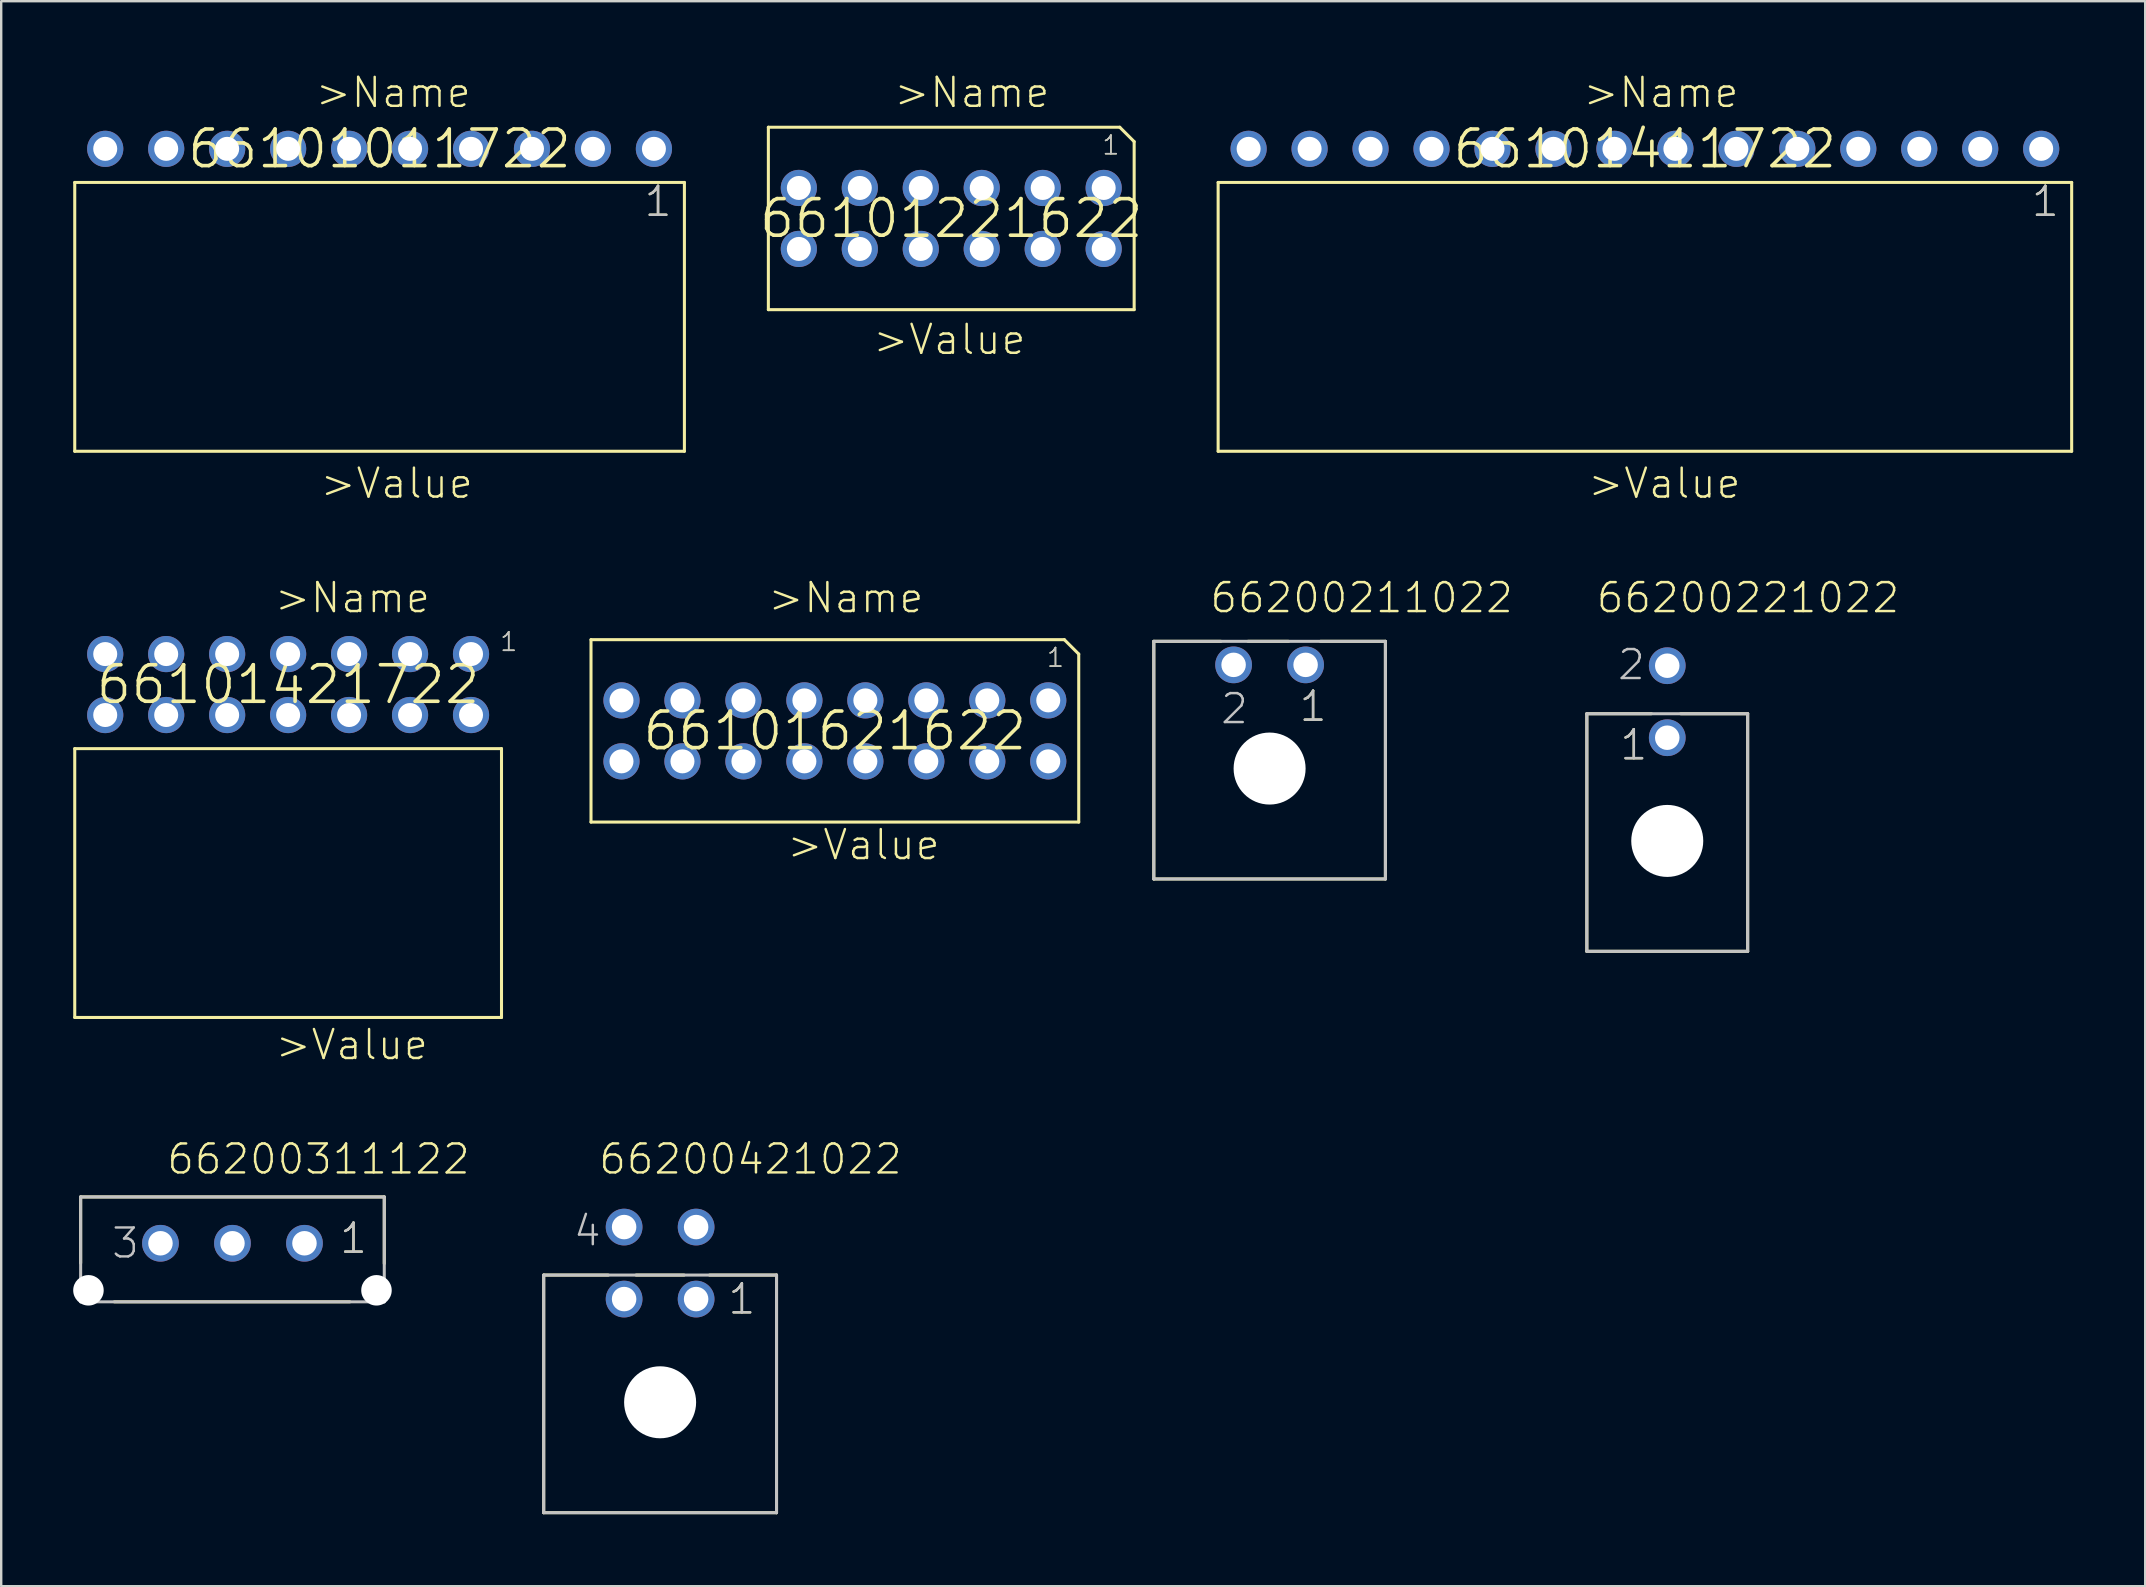
<source format=kicad_pcb>
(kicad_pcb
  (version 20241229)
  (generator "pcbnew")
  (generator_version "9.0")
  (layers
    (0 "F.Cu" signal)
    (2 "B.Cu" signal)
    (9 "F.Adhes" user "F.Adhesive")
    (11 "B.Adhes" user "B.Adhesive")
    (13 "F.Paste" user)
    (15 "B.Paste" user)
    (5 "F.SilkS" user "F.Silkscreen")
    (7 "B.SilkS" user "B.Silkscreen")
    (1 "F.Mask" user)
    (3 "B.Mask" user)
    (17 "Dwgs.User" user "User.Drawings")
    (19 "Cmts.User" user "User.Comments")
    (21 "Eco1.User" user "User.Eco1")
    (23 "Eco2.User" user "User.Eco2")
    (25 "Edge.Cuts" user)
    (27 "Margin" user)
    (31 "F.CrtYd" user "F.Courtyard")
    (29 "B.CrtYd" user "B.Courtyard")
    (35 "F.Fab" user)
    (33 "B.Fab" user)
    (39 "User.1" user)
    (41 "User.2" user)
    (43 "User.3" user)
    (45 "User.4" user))
  (footprint "66101011722"
    (layer "F.Cu")
    (at 12.764 3.151)
    (property "Reference" "66101011722" (at 0 0 0) (layer "F.SilkS") (effects (font (size 1.524 1.524) (thickness 0.15))))
    (attr through_hole)
    (fp_line (start -12.7 1.4) (end -12.7 12.6) (stroke (width 0.127) (type solid)) (layer "F.SilkS"))
    (fp_line (start -12.7 1.4) (end 12.7 1.4) (stroke (width 0.127) (type solid)) (layer "F.SilkS"))
    (fp_line (start -12.7 12.6) (end 12.7 12.6) (stroke (width 0.127) (type solid)) (layer "F.SilkS"))
    (fp_line (start 12.7 1.4) (end 12.7 12.6) (stroke (width 0.127) (type solid)) (layer "F.SilkS"))
    (fp_text user "1" (at 10.96 2.9 0) (layer "F.SilkS") (effects (font (size 1.206 1.206) (thickness 0.102)) (justify left bottom)))
    (fp_text user ">Value" (at -2.54 14.64 0) (layer "F.SilkS") (effects (font (size 1.206 1.206) (thickness 0.102)) (justify left bottom)))
    (fp_text user ">Name" (at -2.74 -1.64 0) (layer "F.SilkS") (effects (font (size 1.206 1.206) (thickness 0.102)) (justify left bottom)))
    (fp_text user "1" (at 10.96 2.9 0) (layer "Dwgs.User") (effects (font (size 1.206 1.206) (thickness 0.102)) (justify left bottom)))
    (pad "1" thru_hole circle (at 11.43 0 180) (size 1.508 1.508) (drill 1) (layers "*.Cu" "*.Mask"))
    (pad "2" thru_hole circle (at 8.89 0 180) (size 1.508 1.508) (drill 1) (layers "*.Cu" "*.Mask"))
    (pad "3" thru_hole circle (at 6.35 0 180) (size 1.508 1.508) (drill 1) (layers "*.Cu" "*.Mask"))
    (pad "4" thru_hole circle (at 3.81 0 180) (size 1.508 1.508) (drill 1) (layers "*.Cu" "*.Mask"))
    (pad "5" thru_hole circle (at 1.27 0 180) (size 1.508 1.508) (drill 1) (layers "*.Cu" "*.Mask"))
    (pad "6" thru_hole circle (at -1.27 0 180) (size 1.508 1.508) (drill 1) (layers "*.Cu" "*.Mask"))
    (pad "7" thru_hole circle (at -3.81 0 180) (size 1.508 1.508) (drill 1) (layers "*.Cu" "*.Mask"))
    (pad "8" thru_hole circle (at -6.35 0 180) (size 1.508 1.508) (drill 1) (layers "*.Cu" "*.Mask"))
    (pad "9" thru_hole circle (at -8.89 0 180) (size 1.508 1.508) (drill 1) (layers "*.Cu" "*.Mask"))
    (pad "10" thru_hole circle (at -11.43 0 180) (size 1.508 1.508) (drill 1) (layers "*.Cu" "*.Mask")))
  (footprint "66101411722"
    (layer "F.Cu")
    (at 65.481 3.151)
    (property "Reference" "66101411722" (at 0 0 0) (layer "F.SilkS") (effects (font (size 1.524 1.524) (thickness 0.15))))
    (attr through_hole)
    (fp_line (start -17.78 1.4) (end -17.78 12.6) (stroke (width 0.127) (type solid)) (layer "F.SilkS"))
    (fp_line (start -17.78 1.4) (end 17.78 1.4) (stroke (width 0.127) (type solid)) (layer "F.SilkS"))
    (fp_line (start -17.78 12.6) (end 17.78 12.6) (stroke (width 0.127) (type solid)) (layer "F.SilkS"))
    (fp_line (start 17.78 1.4) (end 17.78 12.6) (stroke (width 0.127) (type solid)) (layer "F.SilkS"))
    (fp_text user ">Value" (at -2.44 14.64 0) (layer "F.SilkS") (effects (font (size 1.206 1.206) (thickness 0.102)) (justify left bottom)))
    (fp_text user "1" (at 16.04 2.9 0) (layer "F.SilkS") (effects (font (size 1.206 1.206) (thickness 0.102)) (justify left bottom)))
    (fp_text user ">Name" (at -2.64 -1.64 0) (layer "F.SilkS") (effects (font (size 1.206 1.206) (thickness 0.102)) (justify left bottom)))
    (fp_text user "1" (at 16.04 2.9 0) (layer "Dwgs.User") (effects (font (size 1.206 1.206) (thickness 0.102)) (justify left bottom)))
    (pad "1" thru_hole circle (at 16.51 0 180) (size 1.508 1.508) (drill 1) (layers "*.Cu" "*.Mask"))
    (pad "2" thru_hole circle (at 13.97 0 180) (size 1.508 1.508) (drill 1) (layers "*.Cu" "*.Mask"))
    (pad "3" thru_hole circle (at 11.43 0 180) (size 1.508 1.508) (drill 1) (layers "*.Cu" "*.Mask"))
    (pad "4" thru_hole circle (at 8.89 0 180) (size 1.508 1.508) (drill 1) (layers "*.Cu" "*.Mask"))
    (pad "5" thru_hole circle (at 6.35 0 180) (size 1.508 1.508) (drill 1) (layers "*.Cu" "*.Mask"))
    (pad "6" thru_hole circle (at 3.81 0 180) (size 1.508 1.508) (drill 1) (layers "*.Cu" "*.Mask"))
    (pad "7" thru_hole circle (at 1.27 0 180) (size 1.508 1.508) (drill 1) (layers "*.Cu" "*.Mask"))
    (pad "8" thru_hole circle (at -1.27 0 180) (size 1.508 1.508) (drill 1) (layers "*.Cu" "*.Mask"))
    (pad "9" thru_hole circle (at -3.81 0 180) (size 1.508 1.508) (drill 1) (layers "*.Cu" "*.Mask"))
    (pad "10" thru_hole circle (at -6.35 0 180) (size 1.508 1.508) (drill 1) (layers "*.Cu" "*.Mask"))
    (pad "11" thru_hole circle (at -8.89 0 180) (size 1.508 1.508) (drill 1) (layers "*.Cu" "*.Mask"))
    (pad "12" thru_hole circle (at -11.43 0 180) (size 1.508 1.508) (drill 1) (layers "*.Cu" "*.Mask"))
    (pad "13" thru_hole circle (at -13.97 0 180) (size 1.508 1.508) (drill 1) (layers "*.Cu" "*.Mask"))
    (pad "14" thru_hole circle (at -16.51 0 180) (size 1.508 1.508) (drill 1) (layers "*.Cu" "*.Mask")))
  (footprint "66101421722"
    (layer "F.Cu")
    (at 8.954 25.47)
    (property "Reference" "66101421722" (at 0 0 0) (layer "F.SilkS") (effects (font (size 1.524 1.524) (thickness 0.15))))
    (attr through_hole)
    (fp_line (start -8.89 2.67) (end -8.89 13.87) (stroke (width 0.127) (type solid)) (layer "F.SilkS"))
    (fp_line (start -8.89 2.67) (end 8.89 2.67) (stroke (width 0.127) (type solid)) (layer "F.SilkS"))
    (fp_line (start -8.89 13.87) (end 8.89 13.87) (stroke (width 0.127) (type solid)) (layer "F.SilkS"))
    (fp_line (start 8.89 2.67) (end 8.89 13.87) (stroke (width 0.127) (type solid)) (layer "F.SilkS"))
    (fp_text user ">Value" (at -0.6 15.71 0) (layer "F.SilkS") (effects (font (size 1.206 1.206) (thickness 0.102)) (justify left bottom)))
    (fp_text user "1" (at 8.78 -1.33 0) (layer "F.SilkS") (effects (font (size 0.772 0.772) (thickness 0.065)) (justify left bottom)))
    (fp_text user ">Name" (at -0.63 -2.91 0) (layer "F.SilkS") (effects (font (size 1.206 1.206) (thickness 0.102)) (justify left bottom)))
    (fp_text user "1" (at 8.78 -1.33 0) (layer "Dwgs.User") (effects (font (size 0.772 0.772) (thickness 0.065)) (justify left bottom)))
    (pad "1" thru_hole circle (at 7.62 -1.27 180) (size 1.508 1.508) (drill 1) (layers "*.Cu" "*.Mask"))
    (pad "2" thru_hole circle (at 5.08 -1.27 180) (size 1.508 1.508) (drill 1) (layers "*.Cu" "*.Mask"))
    (pad "3" thru_hole circle (at 2.54 -1.27 180) (size 1.508 1.508) (drill 1) (layers "*.Cu" "*.Mask"))
    (pad "4" thru_hole circle (at 0 -1.27 180) (size 1.508 1.508) (drill 1) (layers "*.Cu" "*.Mask"))
    (pad "5" thru_hole circle (at -2.54 -1.27 180) (size 1.508 1.508) (drill 1) (layers "*.Cu" "*.Mask"))
    (pad "6" thru_hole circle (at -5.08 -1.27 180) (size 1.508 1.508) (drill 1) (layers "*.Cu" "*.Mask"))
    (pad "7" thru_hole circle (at -7.62 -1.27 180) (size 1.508 1.508) (drill 1) (layers "*.Cu" "*.Mask"))
    (pad "8" thru_hole circle (at -7.62 1.27 180) (size 1.508 1.508) (drill 1) (layers "*.Cu" "*.Mask"))
    (pad "9" thru_hole circle (at -5.08 1.27 180) (size 1.508 1.508) (drill 1) (layers "*.Cu" "*.Mask"))
    (pad "10" thru_hole circle (at -2.54 1.27 180) (size 1.508 1.508) (drill 1) (layers "*.Cu" "*.Mask"))
    (pad "11" thru_hole circle (at 0 1.27 180) (size 1.508 1.508) (drill 1) (layers "*.Cu" "*.Mask"))
    (pad "12" thru_hole circle (at 2.54 1.27 180) (size 1.508 1.508) (drill 1) (layers "*.Cu" "*.Mask"))
    (pad "13" thru_hole circle (at 5.08 1.27 180) (size 1.508 1.508) (drill 1) (layers "*.Cu" "*.Mask"))
    (pad "14" thru_hole circle (at 7.62 1.27 180) (size 1.508 1.508) (drill 1) (layers "*.Cu" "*.Mask")))
  (footprint "66200311122"
    (layer "F.Cu")
    (at 6.635 48.748)
    (property "Reference" "66200311122" (at -2.8 -2.8 0) (layer "F.SilkS") (effects (font (size 1.206 1.206) (thickness 0.102)) (justify left bottom)))
    (attr through_hole)
    (fp_line (start -6.325 -1.93) (end 6.325 -1.93) (stroke (width 0.127) (type solid)) (layer "F.SilkS"))
    (fp_line (start -6.325 0.825) (end -6.325 -1.93) (stroke (width 0.127) (type solid)) (layer "F.SilkS"))
    (fp_line (start -4.92 2.44) (end 4.89 2.44) (stroke (width 0.127) (type solid)) (layer "F.SilkS"))
    (fp_line (start 6.325 -1.93) (end 6.325 0.845) (stroke (width 0.127) (type solid)) (layer "F.SilkS"))
    (fp_line (start -6.325 -1.93) (end 6.325 -1.93) (stroke (width 0.127) (type solid)) (layer "Dwgs.User"))
    (fp_line (start -6.325 2.44) (end -6.325 -1.93) (stroke (width 0.127) (type solid)) (layer "Dwgs.User"))
    (fp_line (start 6.325 -1.93) (end 6.325 2.44) (stroke (width 0.127) (type solid)) (layer "Dwgs.User"))
    (fp_line (start 6.325 2.44) (end -6.325 2.44) (stroke (width 0.127) (type solid)) (layer "Dwgs.User"))
    (fp_text user "1" (at 4.4 0.5 0) (layer "F.SilkS") (effects (font (size 1.206 1.206) (thickness 0.102)) (justify left bottom)))
    (fp_text user "3" (at -5.1 0.7 0) (layer "Dwgs.User") (effects (font (size 1.206 1.206) (thickness 0.102)) (justify left bottom)))
    (fp_text user "1" (at 4.4 0.5 0) (layer "Dwgs.User") (effects (font (size 1.206 1.206) (thickness 0.102)) (justify left bottom)))
    (pad "" np_thru_hole circle (at -6 1.96) (size 1.27 1.27) (drill 1.27) (layers "*.Cu"))
    (pad "" np_thru_hole circle (at 6 1.96) (size 1.27 1.27) (drill 1.27) (layers "*.Cu"))
    (pad "1" thru_hole circle (at 3 0) (size 1.53 1.53) (drill 1.02) (layers "*.Cu" "*.Mask"))
    (pad "2" thru_hole circle (at 0 0) (size 1.53 1.53) (drill 1.02) (layers "*.Cu" "*.Mask"))
    (pad "3" thru_hole circle (at -3 0) (size 1.53 1.53) (drill 1.02) (layers "*.Cu" "*.Mask")))
  (footprint "66200221022"
    (layer "F.Cu")
    (at 66.412 31.985)
    (property "Reference" "66200221022" (at -3.02 -9.425 0) (layer "F.SilkS") (effects (font (size 1.206 1.206) (thickness 0.102)) (justify left bottom)))
    (attr through_hole)
    (fp_line (start -3.35 4.6) (end -3.35 -5.3) (stroke (width 0.127) (type solid)) (layer "F.SilkS"))
    (fp_line (start -0.66 -5.3) (end -3.35 -5.3) (stroke (width 0.127) (type solid)) (layer "F.SilkS"))
    (fp_line (start 0.56 -5.3) (end 3.35 -5.3) (stroke (width 0.127) (type solid)) (layer "F.SilkS"))
    (fp_line (start 3.35 -5.3) (end 3.35 4.6) (stroke (width 0.127) (type solid)) (layer "F.SilkS"))
    (fp_line (start 3.35 4.6) (end -3.35 4.6) (stroke (width 0.127) (type solid)) (layer "F.SilkS"))
    (fp_line (start -3.35 -5.3) (end 3.35 -5.3) (stroke (width 0.127) (type solid)) (layer "Dwgs.User"))
    (fp_line (start -3.35 4.6) (end -3.35 -5.3) (stroke (width 0.127) (type solid)) (layer "Dwgs.User"))
    (fp_line (start 3.35 -5.3) (end 3.35 4.6) (stroke (width 0.127) (type solid)) (layer "Dwgs.User"))
    (fp_line (start 3.35 4.6) (end -3.35 4.6) (stroke (width 0.127) (type solid)) (layer "Dwgs.User"))
    (fp_text user "1" (at -2.035 -3.295 0) (layer "F.SilkS") (effects (font (size 1.206 1.206) (thickness 0.102)) (justify left bottom)))
    (fp_text user "2" (at -2.135 -6.635 0) (layer "Dwgs.User") (effects (font (size 1.206 1.206) (thickness 0.102)) (justify left bottom)))
    (fp_text user "1" (at -2.035 -3.295 0) (layer "Dwgs.User") (effects (font (size 1.206 1.206) (thickness 0.102)) (justify left bottom)))
    (pad "" np_thru_hole circle (at 0 0) (size 3 3) (drill 3) (layers "*.Cu"))
    (pad "1" thru_hole circle (at 0 -4.3) (size 1.53 1.53) (drill 1.02) (layers "*.Cu" "*.Mask"))
    (pad "2" thru_hole circle (at 0 -7.3) (size 1.53 1.53) (drill 1.02) (layers "*.Cu" "*.Mask")))
  (footprint "66101621622"
    (layer "F.Cu")
    (at 31.733 27.4)
    (property "Reference" "66101621622" (at 0 0 0) (layer "F.SilkS") (effects (font (size 1.524 1.524) (thickness 0.15))))
    (attr through_hole)
    (fp_line (start -10.16 -3.8) (end -10.16 3.8) (stroke (width 0.127) (type solid)) (layer "F.SilkS"))
    (fp_line (start -10.16 -3.8) (end 9.56 -3.8) (stroke (width 0.127) (type solid)) (layer "F.SilkS"))
    (fp_line (start -10.16 3.8) (end 10.16 3.8) (stroke (width 0.127) (type solid)) (layer "F.SilkS"))
    (fp_line (start 9.56 -3.8) (end 10.16 -3.2) (stroke (width 0.127) (type solid)) (layer "F.SilkS"))
    (fp_line (start 10.16 -3.2) (end 10.16 3.8) (stroke (width 0.127) (type solid)) (layer "F.SilkS"))
    (fp_text user ">Name" (at -2.85 -4.84 0) (layer "F.SilkS") (effects (font (size 1.206 1.206) (thickness 0.102)) (justify left bottom)))
    (fp_text user "1" (at 8.78 -2.6 0) (layer "F.SilkS") (effects (font (size 0.772 0.772) (thickness 0.065)) (justify left bottom)))
    (fp_text user ">Value" (at -2.06 5.45 0) (layer "F.SilkS") (effects (font (size 1.206 1.206) (thickness 0.102)) (justify left bottom)))
    (fp_text user "1" (at 8.78 -2.6 0) (layer "Dwgs.User") (effects (font (size 0.772 0.772) (thickness 0.065)) (justify left bottom)))
    (pad "1" thru_hole circle (at 8.89 -1.27 180) (size 1.508 1.508) (drill 1) (layers "*.Cu" "*.Mask"))
    (pad "2" thru_hole circle (at 6.35 -1.27 180) (size 1.508 1.508) (drill 1) (layers "*.Cu" "*.Mask"))
    (pad "3" thru_hole circle (at 3.81 -1.27 180) (size 1.508 1.508) (drill 1) (layers "*.Cu" "*.Mask"))
    (pad "4" thru_hole circle (at 1.27 -1.27 180) (size 1.508 1.508) (drill 1) (layers "*.Cu" "*.Mask"))
    (pad "5" thru_hole circle (at -1.27 -1.27 180) (size 1.508 1.508) (drill 1) (layers "*.Cu" "*.Mask"))
    (pad "6" thru_hole circle (at -3.81 -1.27 180) (size 1.508 1.508) (drill 1) (layers "*.Cu" "*.Mask"))
    (pad "7" thru_hole circle (at -6.35 -1.27 180) (size 1.508 1.508) (drill 1) (layers "*.Cu" "*.Mask"))
    (pad "8" thru_hole circle (at -8.89 -1.27 180) (size 1.508 1.508) (drill 1) (layers "*.Cu" "*.Mask"))
    (pad "9" thru_hole circle (at -8.89 1.27 180) (size 1.508 1.508) (drill 1) (layers "*.Cu" "*.Mask"))
    (pad "10" thru_hole circle (at -6.35 1.27 180) (size 1.508 1.508) (drill 1) (layers "*.Cu" "*.Mask"))
    (pad "11" thru_hole circle (at -3.81 1.27 180) (size 1.508 1.508) (drill 1) (layers "*.Cu" "*.Mask"))
    (pad "12" thru_hole circle (at -1.27 1.27 180) (size 1.508 1.508) (drill 1) (layers "*.Cu" "*.Mask"))
    (pad "13" thru_hole circle (at 1.27 1.27 180) (size 1.508 1.508) (drill 1) (layers "*.Cu" "*.Mask"))
    (pad "14" thru_hole circle (at 3.81 1.27 180) (size 1.508 1.508) (drill 1) (layers "*.Cu" "*.Mask"))
    (pad "15" thru_hole circle (at 6.35 1.27 180) (size 1.508 1.508) (drill 1) (layers "*.Cu" "*.Mask"))
    (pad "16" thru_hole circle (at 8.89 1.27 180) (size 1.508 1.508) (drill 1) (layers "*.Cu" "*.Mask")))
  (footprint "66200211022"
    (layer "F.Cu")
    (at 49.845 28.97)
    (property "Reference" "66200211022" (at -2.55 -6.41 0) (layer "F.SilkS") (effects (font (size 1.206 1.206) (thickness 0.102)) (justify left bottom)))
    (attr through_hole)
    (fp_line (start -4.825 4.6) (end -4.825 -5.3) (stroke (width 0.127) (type solid)) (layer "F.SilkS"))
    (fp_line (start -2.03 -5.3) (end -4.825 -5.3) (stroke (width 0.127) (type solid)) (layer "F.SilkS"))
    (fp_line (start -0.9 -5.3) (end 0.79 -5.3) (stroke (width 0.127) (type solid)) (layer "F.SilkS"))
    (fp_line (start 2.12 -5.3) (end 4.825 -5.3) (stroke (width 0.127) (type solid)) (layer "F.SilkS"))
    (fp_line (start 4.825 -5.3) (end 4.825 4.6) (stroke (width 0.127) (type solid)) (layer "F.SilkS"))
    (fp_line (start 4.825 4.6) (end -4.825 4.6) (stroke (width 0.127) (type solid)) (layer "F.SilkS"))
    (fp_line (start -4.825 -5.3) (end 4.825 -5.3) (stroke (width 0.127) (type solid)) (layer "Dwgs.User"))
    (fp_line (start -4.825 4.6) (end -4.825 -5.3) (stroke (width 0.127) (type solid)) (layer "Dwgs.User"))
    (fp_line (start 4.825 -5.3) (end 4.825 4.6) (stroke (width 0.127) (type solid)) (layer "Dwgs.User"))
    (fp_line (start 4.825 4.6) (end -4.825 4.6) (stroke (width 0.127) (type solid)) (layer "Dwgs.User"))
    (fp_text user "1" (at 1.17 -1.885 0) (layer "F.SilkS") (effects (font (size 1.206 1.206) (thickness 0.102)) (justify left bottom)))
    (fp_text user "1" (at 1.17 -1.885 0) (layer "Dwgs.User") (effects (font (size 1.206 1.206) (thickness 0.102)) (justify left bottom)))
    (fp_text user "2" (at -2.105 -1.785 0) (layer "Dwgs.User") (effects (font (size 1.206 1.206) (thickness 0.102)) (justify left bottom)))
    (pad "" np_thru_hole circle (at 0 0) (size 3 3) (drill 3) (layers "*.Cu"))
    (pad "1" thru_hole circle (at 1.5 -4.32) (size 1.53 1.53) (drill 1.02) (layers "*.Cu" "*.Mask"))
    (pad "2" thru_hole circle (at -1.5 -4.32) (size 1.53 1.53) (drill 1.02) (layers "*.Cu" "*.Mask")))
  (footprint "66101221622"
    (layer "F.Cu")
    (at 36.582 6.051)
    (property "Reference" "66101221622" (at 0 0 0) (layer "F.SilkS") (effects (font (size 1.524 1.524) (thickness 0.15))))
    (attr through_hole)
    (fp_line (start -7.62 -3.8) (end -7.62 3.8) (stroke (width 0.127) (type solid)) (layer "F.SilkS"))
    (fp_line (start -7.62 -3.8) (end 7.02 -3.8) (stroke (width 0.127) (type solid)) (layer "F.SilkS"))
    (fp_line (start -7.62 3.8) (end 7.62 3.8) (stroke (width 0.127) (type solid)) (layer "F.SilkS"))
    (fp_line (start 7.02 -3.8) (end 7.62 -3.2) (stroke (width 0.127) (type solid)) (layer "F.SilkS"))
    (fp_line (start 7.62 -3.2) (end 7.62 3.8) (stroke (width 0.127) (type solid)) (layer "F.SilkS"))
    (fp_text user ">Value" (at -3.33 5.75 0) (layer "F.SilkS") (effects (font (size 1.206 1.206) (thickness 0.102)) (justify left bottom)))
    (fp_text user "1" (at 6.24 -2.6 0) (layer "F.SilkS") (effects (font (size 0.772 0.772) (thickness 0.065)) (justify left bottom)))
    (fp_text user ">Name" (at -2.45 -4.54 0) (layer "F.SilkS") (effects (font (size 1.206 1.206) (thickness 0.102)) (justify left bottom)))
    (fp_text user "1" (at 6.24 -2.6 0) (layer "Dwgs.User") (effects (font (size 0.772 0.772) (thickness 0.065)) (justify left bottom)))
    (pad "1" thru_hole circle (at 6.35 -1.27 180) (size 1.508 1.508) (drill 1) (layers "*.Cu" "*.Mask"))
    (pad "2" thru_hole circle (at 3.81 -1.27 180) (size 1.508 1.508) (drill 1) (layers "*.Cu" "*.Mask"))
    (pad "3" thru_hole circle (at 1.27 -1.27 180) (size 1.508 1.508) (drill 1) (layers "*.Cu" "*.Mask"))
    (pad "4" thru_hole circle (at -1.27 -1.27 180) (size 1.508 1.508) (drill 1) (layers "*.Cu" "*.Mask"))
    (pad "5" thru_hole circle (at -3.81 -1.27 180) (size 1.508 1.508) (drill 1) (layers "*.Cu" "*.Mask"))
    (pad "6" thru_hole circle (at -6.35 -1.27 180) (size 1.508 1.508) (drill 1) (layers "*.Cu" "*.Mask"))
    (pad "7" thru_hole circle (at -6.35 1.27 180) (size 1.508 1.508) (drill 1) (layers "*.Cu" "*.Mask"))
    (pad "8" thru_hole circle (at -3.81 1.27 180) (size 1.508 1.508) (drill 1) (layers "*.Cu" "*.Mask"))
    (pad "9" thru_hole circle (at -1.27 1.27 180) (size 1.508 1.508) (drill 1) (layers "*.Cu" "*.Mask"))
    (pad "10" thru_hole circle (at 1.27 1.27 180) (size 1.508 1.508) (drill 1) (layers "*.Cu" "*.Mask"))
    (pad "11" thru_hole circle (at 3.81 1.27 180) (size 1.508 1.508) (drill 1) (layers "*.Cu" "*.Mask"))
    (pad "12" thru_hole circle (at 6.35 1.27 180) (size 1.508 1.508) (drill 1) (layers "*.Cu" "*.Mask")))
  (footprint "66200421022"
    (layer "F.Cu")
    (at 24.452 55.373)
    (property "Reference" "66200421022" (at -2.62 -9.425 0) (layer "F.SilkS") (effects (font (size 1.206 1.206) (thickness 0.102)) (justify left bottom)))
    (attr through_hole)
    (fp_line (start -4.85 4.6) (end -4.85 -5.3) (stroke (width 0.127) (type solid)) (layer "F.SilkS"))
    (fp_line (start -2.16 -5.3) (end -4.85 -5.3) (stroke (width 0.127) (type solid)) (layer "F.SilkS"))
    (fp_line (start -1 -5.3) (end 1 -5.3) (stroke (width 0.127) (type solid)) (layer "F.SilkS"))
    (fp_line (start 2.06 -5.3) (end 4.85 -5.3) (stroke (width 0.127) (type solid)) (layer "F.SilkS"))
    (fp_line (start 4.85 -5.3) (end 4.85 4.6) (stroke (width 0.127) (type solid)) (layer "F.SilkS"))
    (fp_line (start 4.85 4.6) (end -4.85 4.6) (stroke (width 0.127) (type solid)) (layer "F.SilkS"))
    (fp_line (start -4.85 -5.3) (end 4.85 -5.3) (stroke (width 0.127) (type solid)) (layer "Dwgs.User"))
    (fp_line (start -4.85 4.6) (end -4.85 -5.3) (stroke (width 0.127) (type solid)) (layer "Dwgs.User"))
    (fp_line (start 4.85 -5.3) (end 4.85 4.6) (stroke (width 0.127) (type solid)) (layer "Dwgs.User"))
    (fp_line (start 4.85 4.6) (end -4.85 4.6) (stroke (width 0.127) (type solid)) (layer "Dwgs.User"))
    (fp_text user "1" (at 2.765 -3.595 0) (layer "F.SilkS") (effects (font (size 1.206 1.206) (thickness 0.102)) (justify left bottom)))
    (fp_text user "1" (at 2.765 -3.595 0) (layer "Dwgs.User") (effects (font (size 1.206 1.206) (thickness 0.102)) (justify left bottom)))
    (fp_text user "4" (at -3.675 -6.435 0) (layer "Dwgs.User") (effects (font (size 1.206 1.206) (thickness 0.102)) (justify left bottom)))
    (pad "" np_thru_hole circle (at 0 0) (size 3 3) (drill 3) (layers "*.Cu"))
    (pad "1" thru_hole circle (at 1.5 -4.3) (size 1.53 1.53) (drill 1.02) (layers "*.Cu" "*.Mask"))
    (pad "2" thru_hole circle (at -1.5 -4.3) (size 1.53 1.53) (drill 1.02) (layers "*.Cu" "*.Mask"))
    (pad "3" thru_hole circle (at 1.5 -7.3) (size 1.53 1.53) (drill 1.02) (layers "*.Cu" "*.Mask"))
    (pad "4" thru_hole circle (at -1.5 -7.3) (size 1.53 1.53) (drill 1.02) (layers "*.Cu" "*.Mask")))
  (gr_rect
    (start -3 -3)
    (end 86.325 63.036)
    (stroke (width 0.1) (type default))
    (fill no)
    (layer "Edge.Cuts")))
</source>
